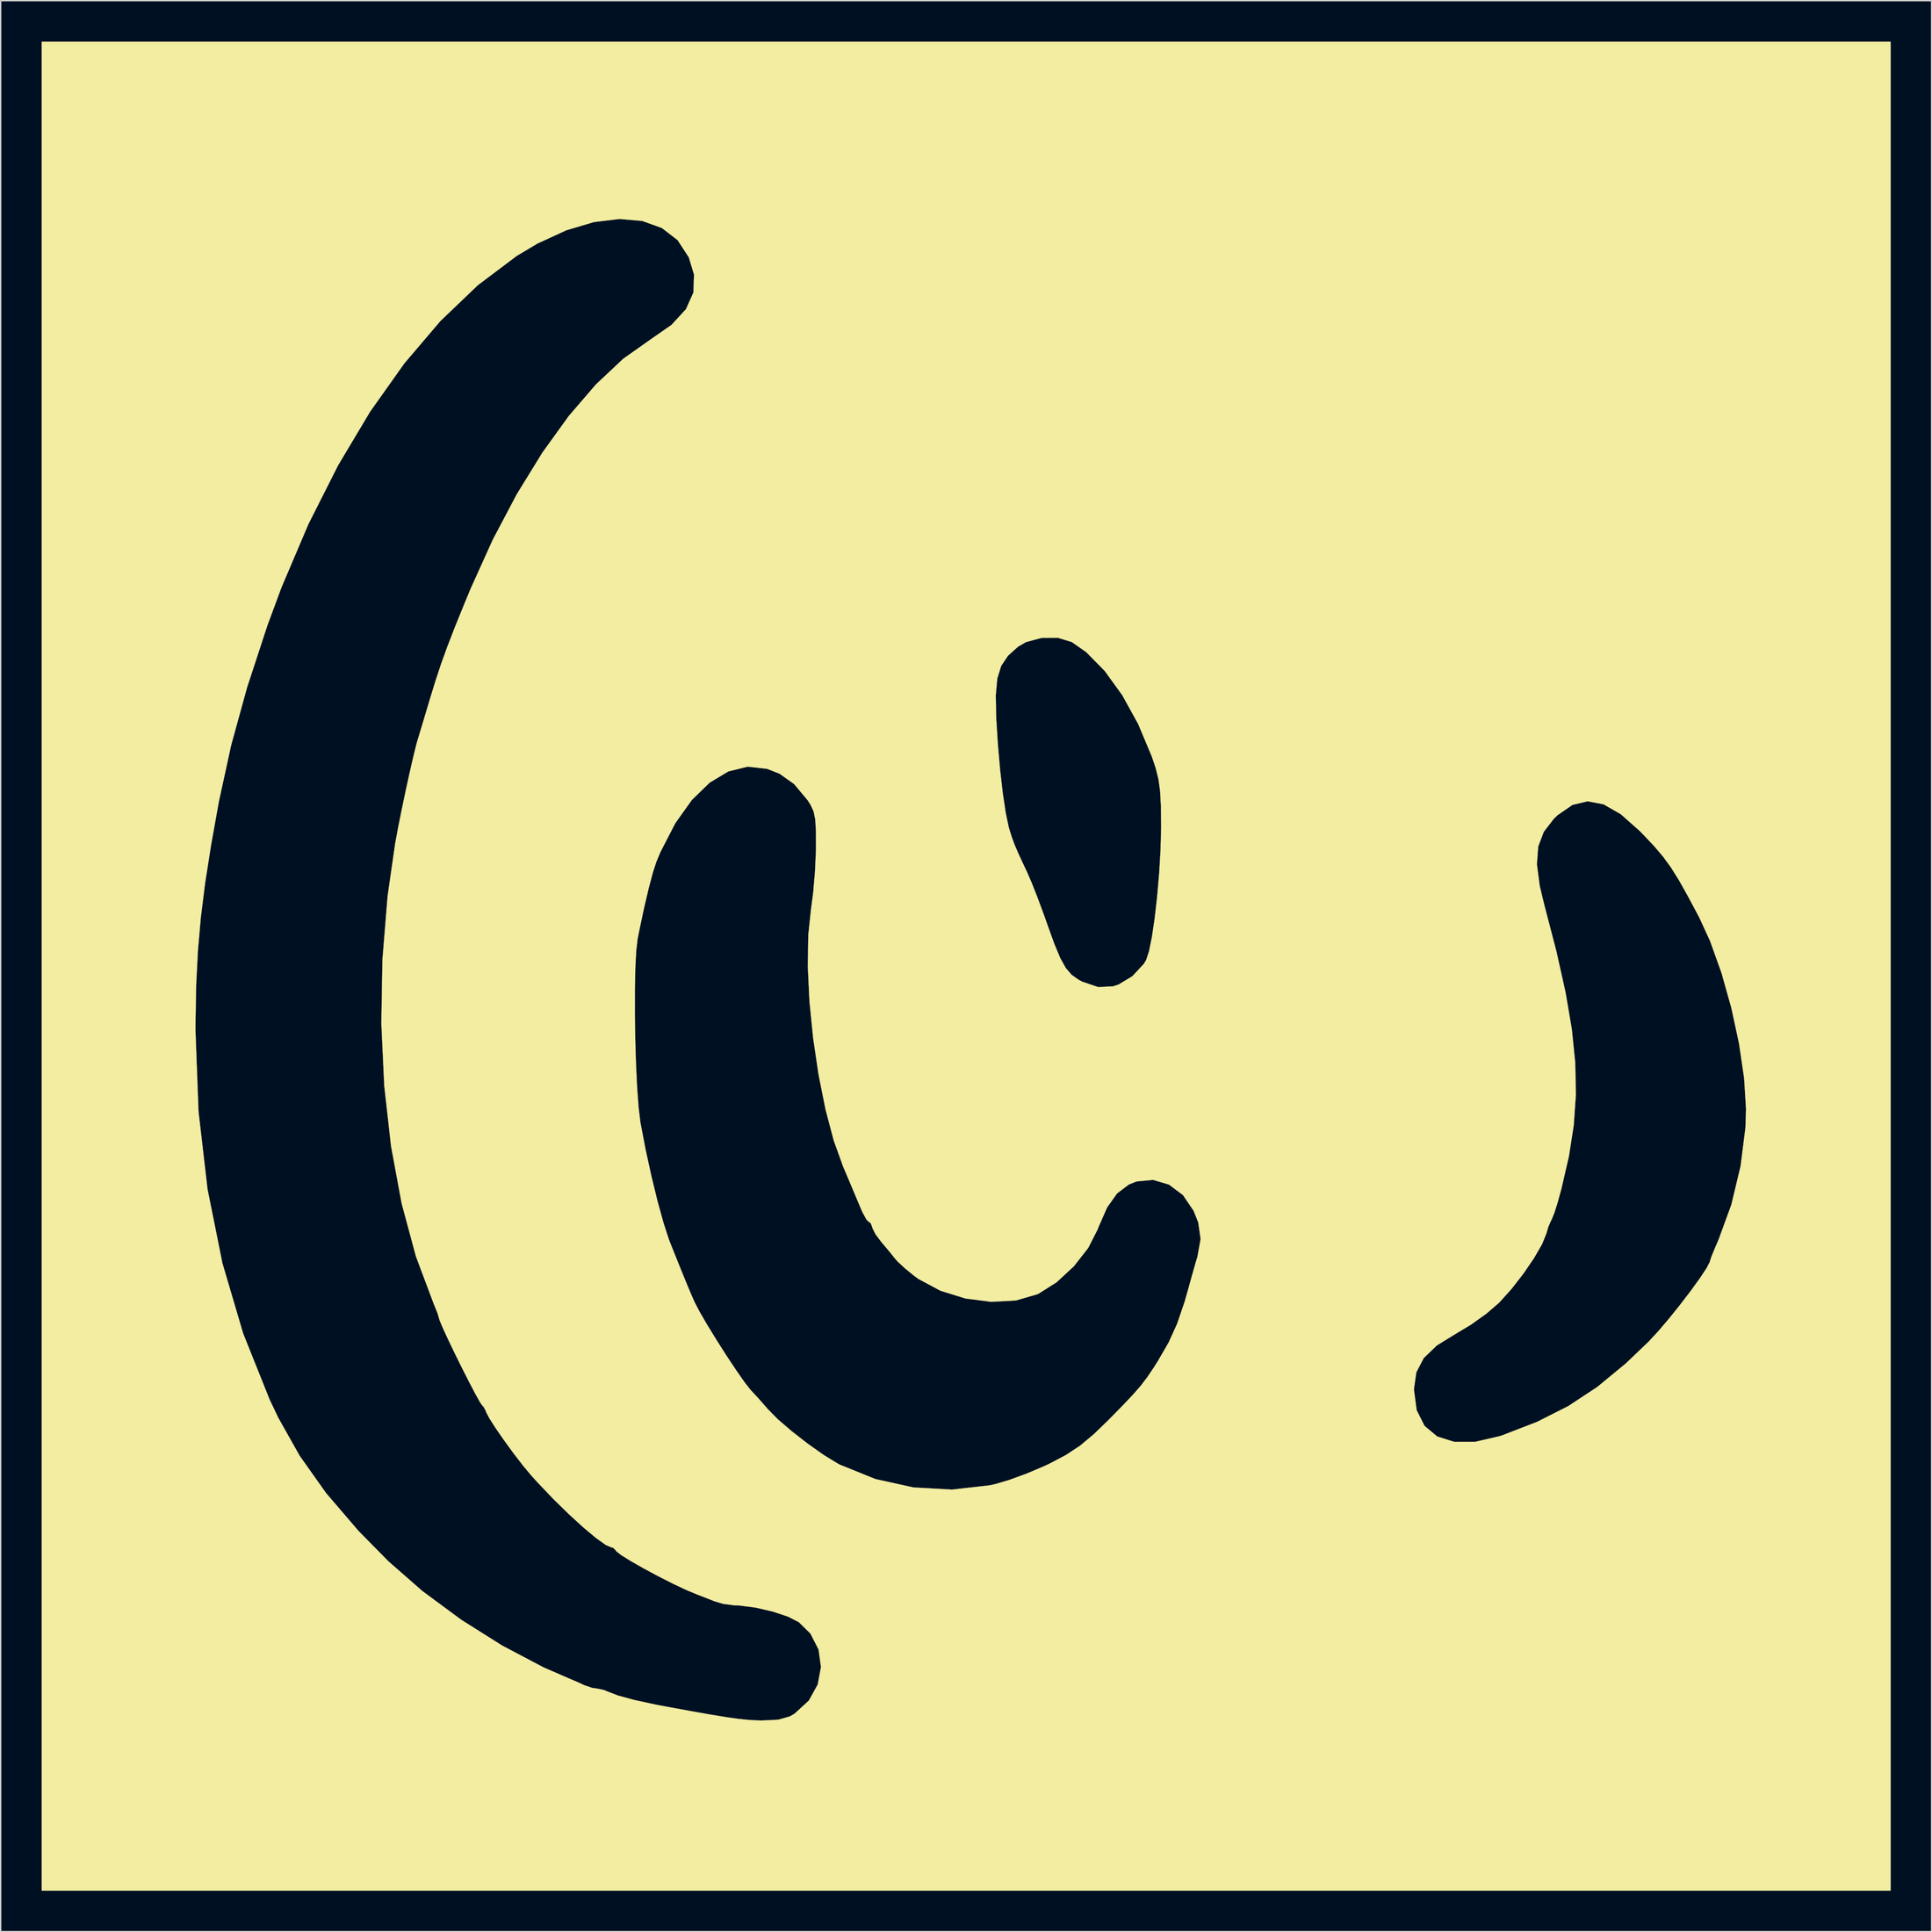
<source format=kicad_pcb>
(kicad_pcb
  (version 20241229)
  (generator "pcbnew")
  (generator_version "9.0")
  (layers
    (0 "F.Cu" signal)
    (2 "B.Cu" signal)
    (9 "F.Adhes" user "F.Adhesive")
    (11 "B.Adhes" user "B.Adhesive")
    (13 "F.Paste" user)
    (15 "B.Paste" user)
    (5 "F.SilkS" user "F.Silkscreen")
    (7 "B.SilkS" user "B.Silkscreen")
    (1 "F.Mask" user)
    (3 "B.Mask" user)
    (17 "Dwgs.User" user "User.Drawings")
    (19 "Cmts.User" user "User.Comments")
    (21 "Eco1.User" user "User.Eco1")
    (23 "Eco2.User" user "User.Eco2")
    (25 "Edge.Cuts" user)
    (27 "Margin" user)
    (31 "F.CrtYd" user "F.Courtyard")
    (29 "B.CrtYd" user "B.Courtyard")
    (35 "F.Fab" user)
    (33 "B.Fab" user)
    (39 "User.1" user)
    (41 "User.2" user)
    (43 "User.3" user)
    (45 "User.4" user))
  (footprint "heart-logo"
    (layer "F.Cu")
    (at 67.738 67.738)
    (property "Reference" "heart-logo" (at 0 0 0) (layer "F.SilkS") (effects (font (size 1.524 1.524) (thickness 0.3))))
    (attr through_hole)
    (fp_poly (pts (xy 67.733 67.733) (xy -67.733 67.733) (xy -67.733 4.763) (xy -56.465 4.763) (xy -56.242 10.669) (xy -55.583 16.344) (xy -54.492 21.765) (xy -52.974 26.91) (xy -51.034 31.757) (xy -50.398 33.093) (xy -48.831 35.878) (xy -46.889 38.618) (xy -44.522 41.379) (xy -42.337 43.6) (xy -39.835 45.79) (xy -37.001 47.884) (xy -33.994 49.779) (xy -30.971 51.374) (xy -29.104 52.187) (xy -28.414 52.48) (xy -27.983 52.683) (xy -27.384 52.885) (xy -27.12 52.917) (xy -26.542 53.035) (xy -26.256 53.155) (xy -25.502 53.444) (xy -24.313 53.766) (xy -22.781 54.099) (xy -22.225 54.205) (xy -20.289 54.561) (xy -18.786 54.827) (xy -17.628 55.018) (xy -16.73 55.145) (xy -16.003 55.221) (xy -15.363 55.26) (xy -14.949 55.27) (xy -13.767 55.212) (xy -12.918 54.969) (xy -12.583 54.781) (xy -11.526 53.812) (xy -10.875 52.632) (xy -10.636 51.349) (xy -10.813 50.069) (xy -11.411 48.899) (xy -12.257 48.067) (xy -13.045 47.662) (xy -14.166 47.289) (xy -15.423 46.999) (xy -16.622 46.844) (xy -17.003 46.831) (xy -17.787 46.728) (xy -18.442 46.534) (xy -19.175 46.244) (xy -19.711 46.039) (xy -20.517 45.702) (xy -21.511 45.232) (xy -22.589 44.684) (xy -23.645 44.117) (xy -24.575 43.587) (xy -25.274 43.151) (xy -25.637 42.867) (xy -25.665 42.813) (xy -25.871 42.608) (xy -25.959 42.598) (xy -26.399 42.412) (xy -27.121 41.898) (xy -28.052 41.119) (xy -29.122 40.141) (xy -30.257 39.029) (xy -31.385 37.846) (xy -31.891 37.286) (xy -32.493 36.562) (xy -33.176 35.674) (xy -33.862 34.731) (xy -34.476 33.843) (xy -34.939 33.118) (xy -35.175 32.666) (xy -35.19 32.598) (xy -35.371 32.26) (xy -35.42 32.235) (xy -35.598 31.985) (xy -35.946 31.364) (xy -36.41 30.481) (xy -36.936 29.444) (xy -37.471 28.362) (xy -37.959 27.345) (xy -38.348 26.499) (xy -38.584 25.935) (xy -38.629 25.773) (xy -38.726 25.444) (xy -38.963 24.854) (xy -38.996 24.779) (xy -40.311 21.274) (xy -41.36 17.386) (xy -42.136 13.191) (xy -42.634 8.765) (xy -42.846 4.186) (xy -42.834 3.509) (xy -24.274 3.509) (xy -24.245 5.368) (xy -24.189 7.199) (xy -24.107 8.89) (xy -24.002 10.33) (xy -23.873 11.408) (xy -23.856 11.509) (xy -23.49 13.423) (xy -23.068 15.356) (xy -22.623 17.181) (xy -22.186 18.771) (xy -21.789 19.998) (xy -21.697 20.241) (xy -21.036 21.891) (xy -20.53 23.134) (xy -20.144 24.055) (xy -19.902 24.606) (xy -19.543 25.299) (xy -18.981 26.266) (xy -18.292 27.39) (xy -17.552 28.55) (xy -16.837 29.627) (xy -16.224 30.502) (xy -15.789 31.056) (xy -15.745 31.102) (xy -15.206 31.683) (xy -14.603 32.372) (xy -14.547 32.438) (xy -13.816 33.182) (xy -12.781 34.074) (xy -11.596 34.996) (xy -10.415 35.829) (xy -9.391 36.455) (xy -9.26 36.524) (xy -6.651 37.579) (xy -3.871 38.193) (xy -1.041 38.352) (xy 1.721 38.04) (xy 2.117 37.953) (xy 3.175 37.64) (xy 4.465 37.166) (xy 5.751 36.619) (xy 6.082 36.464) (xy 7.306 35.821) (xy 8.343 35.137) (xy 9.367 34.281) (xy 10.448 33.234) (xy 11.483 32.179) (xy 12.233 31.386) (xy 12.543 31.031) (xy 32.808 31.031) (xy 33.007 32.532) (xy 33.582 33.68) (xy 34.508 34.458) (xy 35.754 34.853) (xy 37.294 34.851) (xy 39.098 34.435) (xy 39.273 34.377) (xy 41.84 33.385) (xy 44.118 32.232) (xy 46.239 30.834) (xy 48.339 29.103) (xy 50.006 27.509) (xy 50.69 26.772) (xy 51.48 25.845) (xy 52.303 24.821) (xy 53.088 23.795) (xy 53.762 22.863) (xy 54.255 22.118) (xy 54.493 21.656) (xy 54.504 21.594) (xy 54.604 21.29) (xy 54.861 20.659) (xy 55.125 20.049) (xy 56.066 17.475) (xy 56.74 14.662) (xy 57.097 11.849) (xy 57.142 10.488) (xy 57.002 8.211) (xy 56.629 5.677) (xy 56.062 3.047) (xy 55.339 0.482) (xy 54.5 -1.855) (xy 53.718 -3.558) (xy 52.89 -5.112) (xy 52.221 -6.303) (xy 51.635 -7.24) (xy 51.056 -8.033) (xy 50.409 -8.794) (xy 49.617 -9.632) (xy 49.345 -9.91) (xy 47.964 -11.133) (xy 46.706 -11.855) (xy 45.536 -12.081) (xy 44.422 -11.814) (xy 43.33 -11.061) (xy 43.052 -10.792) (xy 42.32 -9.84) (xy 41.912 -8.758) (xy 41.817 -7.461) (xy 42.027 -5.866) (xy 42.357 -4.498) (xy 43.246 -1.087) (xy 43.918 1.926) (xy 44.377 4.624) (xy 44.628 7.091) (xy 44.673 9.409) (xy 44.517 11.661) (xy 44.163 13.932) (xy 43.615 16.303) (xy 43.333 17.33) (xy 43.102 18.06) (xy 42.895 18.575) (xy 42.851 18.653) (xy 42.655 19.1) (xy 42.511 19.591) (xy 42.198 20.366) (xy 41.607 21.389) (xy 40.83 22.529) (xy 39.956 23.652) (xy 39.077 24.628) (xy 39.024 24.681) (xy 38.109 25.467) (xy 36.966 26.282) (xy 35.921 26.907) (xy 34.486 27.791) (xy 33.526 28.716) (xy 32.985 29.755) (xy 32.809 30.979) (xy 32.808 31.031) (xy 12.543 31.031) (xy 12.793 30.744) (xy 13.254 30.141) (xy 13.709 29.468) (xy 14.028 28.968) (xy 14.832 27.581) (xy 15.462 26.193) (xy 16.007 24.592) (xy 16.266 23.68) (xy 16.544 22.677) (xy 16.806 21.756) (xy 16.948 21.28) (xy 17.18 19.992) (xy 17.004 18.773) (xy 16.666 17.923) (xy 15.884 16.772) (xy 14.86 16.005) (xy 13.693 15.659) (xy 12.481 15.774) (xy 11.914 16.003) (xy 11.055 16.655) (xy 10.327 17.683) (xy 9.679 19.161) (xy 9.632 19.293) (xy 8.942 20.648) (xy 7.891 21.991) (xy 6.627 23.162) (xy 5.297 24.003) (xy 5.228 24.035) (xy 3.641 24.497) (xy 1.832 24.595) (xy -0.055 24.35) (xy -1.88 23.783) (xy -3.501 22.916) (xy -3.836 22.671) (xy -4.518 22.11) (xy -5.047 21.615) (xy -5.199 21.442) (xy -5.57 20.976) (xy -6.092 20.355) (xy -6.191 20.241) (xy -6.633 19.653) (xy -6.867 19.189) (xy -6.879 19.116) (xy -7.006 18.808) (xy -7.079 18.785) (xy -7.304 18.567) (xy -7.597 18.031) (xy -7.644 17.926) (xy -8.012 17.054) (xy -8.392 16.152) (xy -8.397 16.14) (xy -8.72 15.373) (xy -8.992 14.735) (xy -9.014 14.684) (xy -9.7 12.78) (xy -10.305 10.493) (xy -10.814 7.948) (xy -11.21 5.272) (xy -11.478 2.59) (xy -11.602 0.029) (xy -11.566 -2.286) (xy -11.367 -4.161) (xy -11.206 -5.383) (xy -11.079 -6.863) (xy -11.01 -8.33) (xy -11.003 -8.698) (xy -11.006 -9.921) (xy -11.056 -10.756) (xy -11.179 -11.344) (xy -11.401 -11.825) (xy -11.626 -12.171) (xy -12.605 -13.341) (xy -13.672 -14.1) (xy -14.589 -14.459) (xy -16.007 -14.616) (xy -17.419 -14.269) (xy -18.794 -13.445) (xy -20.103 -12.169) (xy -21.314 -10.467) (xy -22.397 -8.365) (xy -22.701 -7.639) (xy -22.95 -6.873) (xy -23.26 -5.706) (xy -23.6 -4.261) (xy -23.94 -2.659) (xy -24.074 -1.984) (xy -24.174 -1.125) (xy -24.24 0.152) (xy -24.272 1.733) (xy -24.274 3.509) (xy -42.834 3.509) (xy -42.767 -0.469) (xy -42.389 -5.123) (xy -41.833 -8.996) (xy -41.627 -10.103) (xy -41.36 -11.436) (xy -41.062 -12.858) (xy -40.761 -14.232) (xy -40.487 -15.42) (xy -40.271 -16.288) (xy -40.2 -16.536) (xy -40.012 -17.155) (xy -39.726 -18.107) (xy -39.394 -19.217) (xy -39.286 -19.579) (xy -39.205 -19.843) (xy 2.169 -19.843) (xy 2.2 -18.21) (xy 2.201 -18.202) (xy 2.322 -16.262) (xy 2.488 -14.373) (xy 2.686 -12.651) (xy 2.903 -11.21) (xy 3.124 -10.166) (xy 3.156 -10.054) (xy 3.345 -9.449) (xy 3.55 -8.894) (xy 3.834 -8.233) (xy 4.263 -7.31) (xy 4.467 -6.879) (xy 4.803 -6.102) (xy 5.237 -5.002) (xy 5.697 -3.76) (xy 5.929 -3.103) (xy 6.457 -1.638) (xy 6.895 -0.588) (xy 7.3 0.139) (xy 7.73 0.637) (xy 8.239 0.998) (xy 8.51 1.141) (xy 9.678 1.536) (xy 10.755 1.481) (xy 11.161 1.351) (xy 12.181 0.736) (xy 13.016 -0.162) (xy 13.187 -0.444) (xy 13.399 -1.084) (xy 13.614 -2.147) (xy 13.817 -3.526) (xy 13.998 -5.116) (xy 14.144 -6.81) (xy 14.244 -8.502) (xy 14.285 -10.086) (xy 14.285 -10.237) (xy 14.272 -11.705) (xy 14.215 -12.802) (xy 14.095 -13.684) (xy 13.89 -14.507) (xy 13.601 -15.366) (xy 12.605 -17.738) (xy 11.44 -19.85) (xy 10.153 -21.63) (xy 8.797 -23.008) (xy 7.743 -23.746) (xy 6.72 -24.059) (xy 5.523 -24.051) (xy 4.382 -23.742) (xy 3.805 -23.409) (xy 3.063 -22.741) (xy 2.566 -21.998) (xy 2.28 -21.069) (xy 2.169 -19.843) (xy -39.205 -19.843) (xy -38.876 -20.915) (xy -38.466 -22.154) (xy -38.007 -23.422) (xy -37.454 -24.849) (xy -36.759 -26.562) (xy -36.308 -27.649) (xy -34.686 -31.239) (xy -32.924 -34.577) (xy -31.054 -37.617) (xy -29.11 -40.314) (xy -27.125 -42.622) (xy -25.132 -44.496) (xy -23.164 -45.888) (xy -21.586 -46.985) (xy -20.528 -48.136) (xy -19.982 -49.359) (xy -19.938 -50.67) (xy -20.322 -51.937) (xy -21.142 -53.195) (xy -22.293 -54.082) (xy -23.73 -54.599) (xy -25.406 -54.744) (xy -27.274 -54.517) (xy -29.288 -53.918) (xy -31.403 -52.947) (xy -32.929 -52.038) (xy -35.773 -49.897) (xy -38.525 -47.263) (xy -41.162 -44.164) (xy -43.666 -40.633) (xy -46.015 -36.698) (xy -48.19 -32.39) (xy -50.169 -27.74) (xy -51.199 -24.956) (xy -52.681 -20.437) (xy -53.851 -16.192) (xy -54.745 -12.093) (xy -54.755 -12.039) (xy -55.321 -8.884) (xy -55.757 -6.104) (xy -56.075 -3.562) (xy -56.289 -1.123) (xy -56.414 1.347) (xy -56.463 3.983) (xy -56.465 4.763) (xy -67.733 4.763) (xy -67.733 -67.733) (xy 67.733 -67.733) (xy 67.733 67.733)) (stroke (width 0.01) (type solid)) (fill yes) (layer "F.SilkS")))
  (gr_rect
    (start -3 -3)
    (end 138.477 138.477)
    (stroke (width 0.1) (type default))
    (fill no)
    (layer "Edge.Cuts")))
</source>
